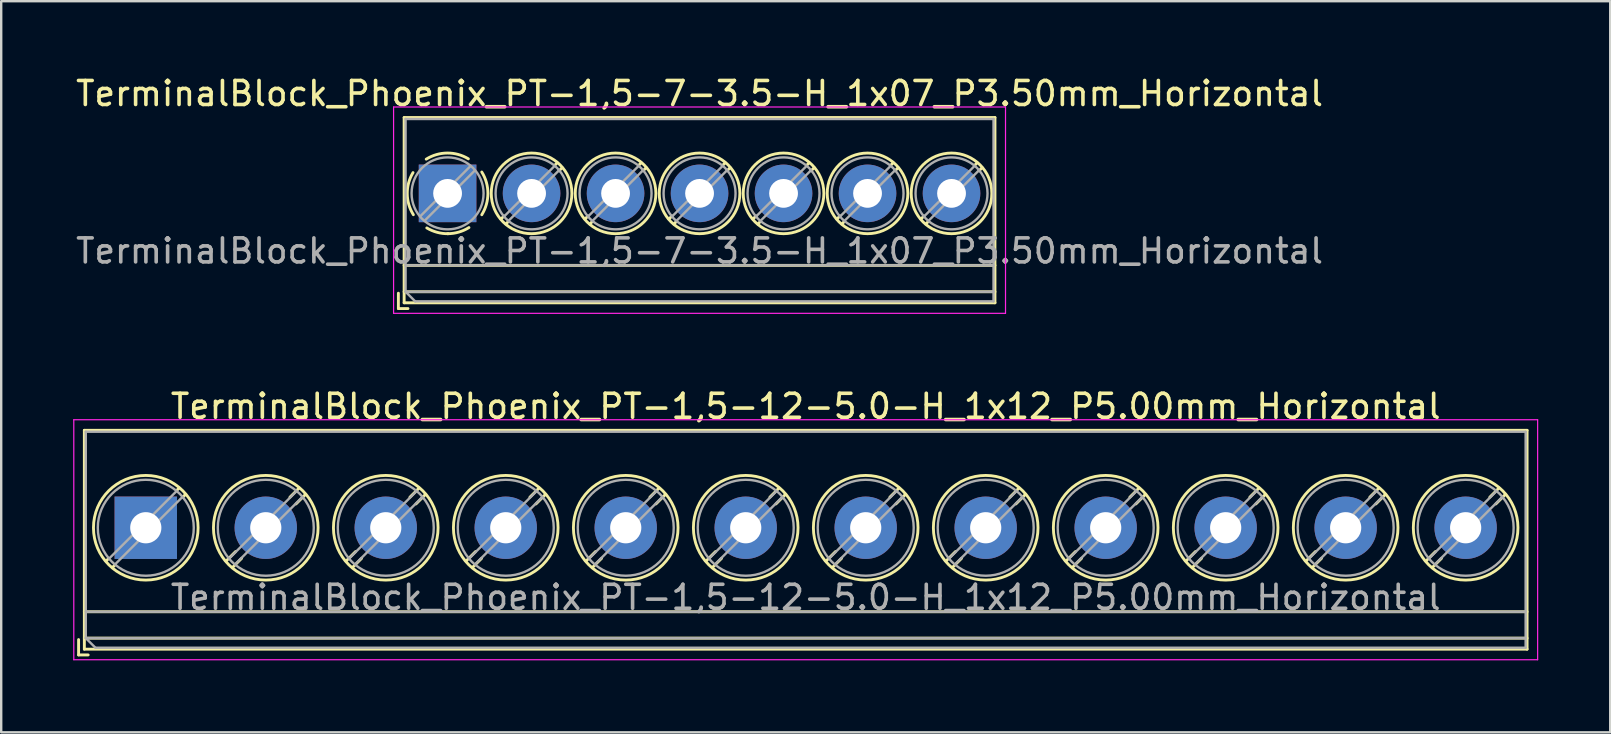
<source format=kicad_pcb>
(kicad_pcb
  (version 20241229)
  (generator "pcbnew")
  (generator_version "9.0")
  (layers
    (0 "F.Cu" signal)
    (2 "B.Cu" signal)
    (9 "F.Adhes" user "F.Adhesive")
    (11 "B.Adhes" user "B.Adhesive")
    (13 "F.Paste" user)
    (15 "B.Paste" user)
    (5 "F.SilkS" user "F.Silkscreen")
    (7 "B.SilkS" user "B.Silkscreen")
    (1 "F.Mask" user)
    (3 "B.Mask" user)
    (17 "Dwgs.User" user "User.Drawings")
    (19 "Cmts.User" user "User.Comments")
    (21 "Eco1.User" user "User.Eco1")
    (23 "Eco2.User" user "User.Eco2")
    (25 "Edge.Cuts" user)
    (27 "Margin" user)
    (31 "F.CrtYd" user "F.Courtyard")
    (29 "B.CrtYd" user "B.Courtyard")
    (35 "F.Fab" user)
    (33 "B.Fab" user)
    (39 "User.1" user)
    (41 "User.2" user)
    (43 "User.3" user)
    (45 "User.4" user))
  (footprint "TerminalBlock_Phoenix_PT-1,5-12-5.0-H_1x12_P5.00mm_Horizontal"
    (layer "F.Cu")
    (at 3.025 18.942)
    (property "Reference" "TerminalBlock_Phoenix_PT-1,5-12-5.0-H_1x12_P5.00mm_Horizontal" (at 27.5 -5.06 0) (layer "F.SilkS") (effects (font (size 1 1) (thickness 0.15))))
    (attr through_hole)
    (fp_line (start -2.8 4.66) (end -2.8 5.3) (stroke (width 0.12) (type solid)) (layer "F.SilkS"))
    (fp_line (start -2.8 5.3) (end -2.4 5.3) (stroke (width 0.12) (type solid)) (layer "F.SilkS"))
    (fp_line (start -2.56 -4.06) (end -2.56 5.06) (stroke (width 0.12) (type solid)) (layer "F.SilkS"))
    (fp_line (start -2.56 -4.06) (end 57.56 -4.06) (stroke (width 0.12) (type solid)) (layer "F.SilkS"))
    (fp_line (start -2.56 3.5) (end 57.56 3.5) (stroke (width 0.12) (type solid)) (layer "F.SilkS"))
    (fp_line (start -2.56 4.6) (end 57.56 4.6) (stroke (width 0.12) (type solid)) (layer "F.SilkS"))
    (fp_line (start -2.56 5.06) (end 57.56 5.06) (stroke (width 0.12) (type solid)) (layer "F.SilkS"))
    (fp_line (start -1.548 1.281) (end -1.654 1.388) (stroke (width 0.12) (type solid)) (layer "F.SilkS"))
    (fp_line (start -1.282 1.547) (end -1.388 1.654) (stroke (width 0.12) (type solid)) (layer "F.SilkS"))
    (fp_line (start 1.388 -1.654) (end 1.281 -1.547) (stroke (width 0.12) (type solid)) (layer "F.SilkS"))
    (fp_line (start 1.654 -1.388) (end 1.547 -1.281) (stroke (width 0.12) (type solid)) (layer "F.SilkS"))
    (fp_line (start 3.742 0.992) (end 3.347 1.388) (stroke (width 0.12) (type solid)) (layer "F.SilkS"))
    (fp_line (start 3.993 1.274) (end 3.613 1.654) (stroke (width 0.12) (type solid)) (layer "F.SilkS"))
    (fp_line (start 6.388 -1.654) (end 6.008 -1.274) (stroke (width 0.12) (type solid)) (layer "F.SilkS"))
    (fp_line (start 6.654 -1.388) (end 6.259 -0.992) (stroke (width 0.12) (type solid)) (layer "F.SilkS"))
    (fp_line (start 8.742 0.992) (end 8.347 1.388) (stroke (width 0.12) (type solid)) (layer "F.SilkS"))
    (fp_line (start 8.993 1.274) (end 8.613 1.654) (stroke (width 0.12) (type solid)) (layer "F.SilkS"))
    (fp_line (start 11.388 -1.654) (end 11.008 -1.274) (stroke (width 0.12) (type solid)) (layer "F.SilkS"))
    (fp_line (start 11.654 -1.388) (end 11.259 -0.992) (stroke (width 0.12) (type solid)) (layer "F.SilkS"))
    (fp_line (start 13.742 0.992) (end 13.347 1.388) (stroke (width 0.12) (type solid)) (layer "F.SilkS"))
    (fp_line (start 13.993 1.274) (end 13.613 1.654) (stroke (width 0.12) (type solid)) (layer "F.SilkS"))
    (fp_line (start 16.388 -1.654) (end 16.008 -1.274) (stroke (width 0.12) (type solid)) (layer "F.SilkS"))
    (fp_line (start 16.654 -1.388) (end 16.259 -0.992) (stroke (width 0.12) (type solid)) (layer "F.SilkS"))
    (fp_line (start 18.742 0.992) (end 18.347 1.388) (stroke (width 0.12) (type solid)) (layer "F.SilkS"))
    (fp_line (start 18.993 1.274) (end 18.613 1.654) (stroke (width 0.12) (type solid)) (layer "F.SilkS"))
    (fp_line (start 21.388 -1.654) (end 21.008 -1.274) (stroke (width 0.12) (type solid)) (layer "F.SilkS"))
    (fp_line (start 21.654 -1.388) (end 21.259 -0.992) (stroke (width 0.12) (type solid)) (layer "F.SilkS"))
    (fp_line (start 23.742 0.992) (end 23.347 1.388) (stroke (width 0.12) (type solid)) (layer "F.SilkS"))
    (fp_line (start 23.993 1.274) (end 23.613 1.654) (stroke (width 0.12) (type solid)) (layer "F.SilkS"))
    (fp_line (start 26.388 -1.654) (end 26.008 -1.274) (stroke (width 0.12) (type solid)) (layer "F.SilkS"))
    (fp_line (start 26.654 -1.388) (end 26.259 -0.992) (stroke (width 0.12) (type solid)) (layer "F.SilkS"))
    (fp_line (start 28.742 0.992) (end 28.347 1.388) (stroke (width 0.12) (type solid)) (layer "F.SilkS"))
    (fp_line (start 28.993 1.274) (end 28.613 1.654) (stroke (width 0.12) (type solid)) (layer "F.SilkS"))
    (fp_line (start 31.388 -1.654) (end 31.008 -1.274) (stroke (width 0.12) (type solid)) (layer "F.SilkS"))
    (fp_line (start 31.654 -1.388) (end 31.259 -0.992) (stroke (width 0.12) (type solid)) (layer "F.SilkS"))
    (fp_line (start 33.742 0.992) (end 33.347 1.388) (stroke (width 0.12) (type solid)) (layer "F.SilkS"))
    (fp_line (start 33.993 1.274) (end 33.613 1.654) (stroke (width 0.12) (type solid)) (layer "F.SilkS"))
    (fp_line (start 36.388 -1.654) (end 36.008 -1.274) (stroke (width 0.12) (type solid)) (layer "F.SilkS"))
    (fp_line (start 36.654 -1.388) (end 36.259 -0.992) (stroke (width 0.12) (type solid)) (layer "F.SilkS"))
    (fp_line (start 38.742 0.992) (end 38.347 1.388) (stroke (width 0.12) (type solid)) (layer "F.SilkS"))
    (fp_line (start 38.993 1.274) (end 38.613 1.654) (stroke (width 0.12) (type solid)) (layer "F.SilkS"))
    (fp_line (start 41.388 -1.654) (end 41.008 -1.274) (stroke (width 0.12) (type solid)) (layer "F.SilkS"))
    (fp_line (start 41.654 -1.388) (end 41.259 -0.992) (stroke (width 0.12) (type solid)) (layer "F.SilkS"))
    (fp_line (start 43.742 0.992) (end 43.347 1.388) (stroke (width 0.12) (type solid)) (layer "F.SilkS"))
    (fp_line (start 43.993 1.274) (end 43.613 1.654) (stroke (width 0.12) (type solid)) (layer "F.SilkS"))
    (fp_line (start 46.388 -1.654) (end 46.008 -1.274) (stroke (width 0.12) (type solid)) (layer "F.SilkS"))
    (fp_line (start 46.654 -1.388) (end 46.259 -0.992) (stroke (width 0.12) (type solid)) (layer "F.SilkS"))
    (fp_line (start 48.742 0.992) (end 48.347 1.388) (stroke (width 0.12) (type solid)) (layer "F.SilkS"))
    (fp_line (start 48.993 1.274) (end 48.613 1.654) (stroke (width 0.12) (type solid)) (layer "F.SilkS"))
    (fp_line (start 51.388 -1.654) (end 51.008 -1.274) (stroke (width 0.12) (type solid)) (layer "F.SilkS"))
    (fp_line (start 51.654 -1.388) (end 51.259 -0.992) (stroke (width 0.12) (type solid)) (layer "F.SilkS"))
    (fp_line (start 53.742 0.992) (end 53.347 1.388) (stroke (width 0.12) (type solid)) (layer "F.SilkS"))
    (fp_line (start 53.993 1.274) (end 53.613 1.654) (stroke (width 0.12) (type solid)) (layer "F.SilkS"))
    (fp_line (start 56.388 -1.654) (end 56.008 -1.274) (stroke (width 0.12) (type solid)) (layer "F.SilkS"))
    (fp_line (start 56.654 -1.388) (end 56.259 -0.992) (stroke (width 0.12) (type solid)) (layer "F.SilkS"))
    (fp_line (start 57.56 -4.06) (end 57.56 5.06) (stroke (width 0.12) (type solid)) (layer "F.SilkS"))
    (fp_circle (center 0 0) (end 2.18 0) (stroke (width 0.12) (type solid)) (fill no) (layer "F.SilkS"))
    (fp_circle (center 5 0) (end 7.18 0) (stroke (width 0.12) (type solid)) (fill no) (layer "F.SilkS"))
    (fp_circle (center 10 0) (end 12.18 0) (stroke (width 0.12) (type solid)) (fill no) (layer "F.SilkS"))
    (fp_circle (center 15 0) (end 17.18 0) (stroke (width 0.12) (type solid)) (fill no) (layer "F.SilkS"))
    (fp_circle (center 20 0) (end 22.18 0) (stroke (width 0.12) (type solid)) (fill no) (layer "F.SilkS"))
    (fp_circle (center 25 0) (end 27.18 0) (stroke (width 0.12) (type solid)) (fill no) (layer "F.SilkS"))
    (fp_circle (center 30 0) (end 32.18 0) (stroke (width 0.12) (type solid)) (fill no) (layer "F.SilkS"))
    (fp_circle (center 35 0) (end 37.18 0) (stroke (width 0.12) (type solid)) (fill no) (layer "F.SilkS"))
    (fp_circle (center 40 0) (end 42.18 0) (stroke (width 0.12) (type solid)) (fill no) (layer "F.SilkS"))
    (fp_circle (center 45 0) (end 47.18 0) (stroke (width 0.12) (type solid)) (fill no) (layer "F.SilkS"))
    (fp_circle (center 50 0) (end 52.18 0) (stroke (width 0.12) (type solid)) (fill no) (layer "F.SilkS"))
    (fp_circle (center 55 0) (end 57.18 0) (stroke (width 0.12) (type solid)) (fill no) (layer "F.SilkS"))
    (fp_line (start -3 -4.5) (end -3 5.5) (stroke (width 0.05) (type solid)) (layer "F.CrtYd"))
    (fp_line (start -3 5.5) (end 58 5.5) (stroke (width 0.05) (type solid)) (layer "F.CrtYd"))
    (fp_line (start 58 -4.5) (end -3 -4.5) (stroke (width 0.05) (type solid)) (layer "F.CrtYd"))
    (fp_line (start 58 5.5) (end 58 -4.5) (stroke (width 0.05) (type solid)) (layer "F.CrtYd"))
    (fp_line (start -2.5 -4) (end 57.5 -4) (stroke (width 0.1) (type solid)) (layer "F.Fab"))
    (fp_line (start -2.5 3.5) (end 57.5 3.5) (stroke (width 0.1) (type solid)) (layer "F.Fab"))
    (fp_line (start -2.5 4.6) (end -2.5 -4) (stroke (width 0.1) (type solid)) (layer "F.Fab"))
    (fp_line (start -2.5 4.6) (end 57.5 4.6) (stroke (width 0.1) (type solid)) (layer "F.Fab"))
    (fp_line (start -2.1 5) (end -2.5 4.6) (stroke (width 0.1) (type solid)) (layer "F.Fab"))
    (fp_line (start 1.273 -1.517) (end -1.517 1.273) (stroke (width 0.1) (type solid)) (layer "F.Fab"))
    (fp_line (start 1.517 -1.273) (end -1.273 1.517) (stroke (width 0.1) (type solid)) (layer "F.Fab"))
    (fp_line (start 6.273 -1.517) (end 3.484 1.273) (stroke (width 0.1) (type solid)) (layer "F.Fab"))
    (fp_line (start 6.517 -1.273) (end 3.728 1.517) (stroke (width 0.1) (type solid)) (layer "F.Fab"))
    (fp_line (start 11.273 -1.517) (end 8.484 1.273) (stroke (width 0.1) (type solid)) (layer "F.Fab"))
    (fp_line (start 11.517 -1.273) (end 8.728 1.517) (stroke (width 0.1) (type solid)) (layer "F.Fab"))
    (fp_line (start 16.273 -1.517) (end 13.484 1.273) (stroke (width 0.1) (type solid)) (layer "F.Fab"))
    (fp_line (start 16.517 -1.273) (end 13.728 1.517) (stroke (width 0.1) (type solid)) (layer "F.Fab"))
    (fp_line (start 21.273 -1.517) (end 18.484 1.273) (stroke (width 0.1) (type solid)) (layer "F.Fab"))
    (fp_line (start 21.517 -1.273) (end 18.728 1.517) (stroke (width 0.1) (type solid)) (layer "F.Fab"))
    (fp_line (start 26.273 -1.517) (end 23.484 1.273) (stroke (width 0.1) (type solid)) (layer "F.Fab"))
    (fp_line (start 26.517 -1.273) (end 23.728 1.517) (stroke (width 0.1) (type solid)) (layer "F.Fab"))
    (fp_line (start 31.273 -1.517) (end 28.484 1.273) (stroke (width 0.1) (type solid)) (layer "F.Fab"))
    (fp_line (start 31.517 -1.273) (end 28.728 1.517) (stroke (width 0.1) (type solid)) (layer "F.Fab"))
    (fp_line (start 36.273 -1.517) (end 33.484 1.273) (stroke (width 0.1) (type solid)) (layer "F.Fab"))
    (fp_line (start 36.517 -1.273) (end 33.728 1.517) (stroke (width 0.1) (type solid)) (layer "F.Fab"))
    (fp_line (start 41.273 -1.517) (end 38.484 1.273) (stroke (width 0.1) (type solid)) (layer "F.Fab"))
    (fp_line (start 41.517 -1.273) (end 38.728 1.517) (stroke (width 0.1) (type solid)) (layer "F.Fab"))
    (fp_line (start 46.273 -1.517) (end 43.484 1.273) (stroke (width 0.1) (type solid)) (layer "F.Fab"))
    (fp_line (start 46.517 -1.273) (end 43.728 1.517) (stroke (width 0.1) (type solid)) (layer "F.Fab"))
    (fp_line (start 51.273 -1.517) (end 48.484 1.273) (stroke (width 0.1) (type solid)) (layer "F.Fab"))
    (fp_line (start 51.517 -1.273) (end 48.728 1.517) (stroke (width 0.1) (type solid)) (layer "F.Fab"))
    (fp_line (start 56.273 -1.517) (end 53.484 1.273) (stroke (width 0.1) (type solid)) (layer "F.Fab"))
    (fp_line (start 56.517 -1.273) (end 53.728 1.517) (stroke (width 0.1) (type solid)) (layer "F.Fab"))
    (fp_line (start 57.5 -4) (end 57.5 5) (stroke (width 0.1) (type solid)) (layer "F.Fab"))
    (fp_line (start 57.5 5) (end -2.1 5) (stroke (width 0.1) (type solid)) (layer "F.Fab"))
    (fp_circle (center 0 0) (end 2 0) (stroke (width 0.1) (type solid)) (fill no) (layer "F.Fab"))
    (fp_circle (center 5 0) (end 7 0) (stroke (width 0.1) (type solid)) (fill no) (layer "F.Fab"))
    (fp_circle (center 10 0) (end 12 0) (stroke (width 0.1) (type solid)) (fill no) (layer "F.Fab"))
    (fp_circle (center 15 0) (end 17 0) (stroke (width 0.1) (type solid)) (fill no) (layer "F.Fab"))
    (fp_circle (center 20 0) (end 22 0) (stroke (width 0.1) (type solid)) (fill no) (layer "F.Fab"))
    (fp_circle (center 25 0) (end 27 0) (stroke (width 0.1) (type solid)) (fill no) (layer "F.Fab"))
    (fp_circle (center 30 0) (end 32 0) (stroke (width 0.1) (type solid)) (fill no) (layer "F.Fab"))
    (fp_circle (center 35 0) (end 37 0) (stroke (width 0.1) (type solid)) (fill no) (layer "F.Fab"))
    (fp_circle (center 40 0) (end 42 0) (stroke (width 0.1) (type solid)) (fill no) (layer "F.Fab"))
    (fp_circle (center 45 0) (end 47 0) (stroke (width 0.1) (type solid)) (fill no) (layer "F.Fab"))
    (fp_circle (center 50 0) (end 52 0) (stroke (width 0.1) (type solid)) (fill no) (layer "F.Fab"))
    (fp_circle (center 55 0) (end 57 0) (stroke (width 0.1) (type solid)) (fill no) (layer "F.Fab"))
    (fp_text user "${REFERENCE}" (at 27.5 2.9 0) (layer "F.Fab") (effects (font (size 1 1) (thickness 0.15))))
    (pad "1" thru_hole rect (at 0 0) (size 2.6 2.6) (drill 1.3) (layers "*.Cu" "*.Mask"))
    (pad "2" thru_hole circle (at 5 0) (size 2.6 2.6) (drill 1.3) (layers "*.Cu" "*.Mask"))
    (pad "3" thru_hole circle (at 10 0) (size 2.6 2.6) (drill 1.3) (layers "*.Cu" "*.Mask"))
    (pad "4" thru_hole circle (at 15 0) (size 2.6 2.6) (drill 1.3) (layers "*.Cu" "*.Mask"))
    (pad "5" thru_hole circle (at 20 0) (size 2.6 2.6) (drill 1.3) (layers "*.Cu" "*.Mask"))
    (pad "6" thru_hole circle (at 25 0) (size 2.6 2.6) (drill 1.3) (layers "*.Cu" "*.Mask"))
    (pad "7" thru_hole circle (at 30 0) (size 2.6 2.6) (drill 1.3) (layers "*.Cu" "*.Mask"))
    (pad "8" thru_hole circle (at 35 0) (size 2.6 2.6) (drill 1.3) (layers "*.Cu" "*.Mask"))
    (pad "9" thru_hole circle (at 40 0) (size 2.6 2.6) (drill 1.3) (layers "*.Cu" "*.Mask"))
    (pad "10" thru_hole circle (at 45 0) (size 2.6 2.6) (drill 1.3) (layers "*.Cu" "*.Mask"))
    (pad "11" thru_hole circle (at 50 0) (size 2.6 2.6) (drill 1.3) (layers "*.Cu" "*.Mask"))
    (pad "12" thru_hole circle (at 55 0) (size 2.6 2.6) (drill 1.3) (layers "*.Cu" "*.Mask")))
  (footprint "TerminalBlock_Phoenix_PT-1,5-7-3.5-H_1x07_P3.50mm_Horizontal"
    (layer "F.Cu")
    (at 15.601 5.008)
    (property "Reference" "TerminalBlock_Phoenix_PT-1,5-7-3.5-H_1x07_P3.50mm_Horizontal" (at 10.5 -4.16 0) (layer "F.SilkS") (effects (font (size 1 1) (thickness 0.15))))
    (attr through_hole)
    (fp_line (start -2.05 4.16) (end -2.05 4.8) (stroke (width 0.12) (type solid)) (layer "F.SilkS"))
    (fp_line (start -2.05 4.8) (end -1.65 4.8) (stroke (width 0.12) (type solid)) (layer "F.SilkS"))
    (fp_line (start -1.81 -3.16) (end -1.81 4.56) (stroke (width 0.12) (type solid)) (layer "F.SilkS"))
    (fp_line (start -1.81 -3.16) (end 22.81 -3.16) (stroke (width 0.12) (type solid)) (layer "F.SilkS"))
    (fp_line (start -1.81 3) (end 22.81 3) (stroke (width 0.12) (type solid)) (layer "F.SilkS"))
    (fp_line (start -1.81 4.1) (end 22.81 4.1) (stroke (width 0.12) (type solid)) (layer "F.SilkS"))
    (fp_line (start -1.81 4.56) (end 22.81 4.56) (stroke (width 0.12) (type solid)) (layer "F.SilkS"))
    (fp_line (start 2.355 0.941) (end 2.226 1.069) (stroke (width 0.12) (type solid)) (layer "F.SilkS"))
    (fp_line (start 2.525 1.181) (end 2.431 1.274) (stroke (width 0.12) (type solid)) (layer "F.SilkS"))
    (fp_line (start 4.57 -1.275) (end 4.476 -1.181) (stroke (width 0.12) (type solid)) (layer "F.SilkS"))
    (fp_line (start 4.775 -1.069) (end 4.646 -0.941) (stroke (width 0.12) (type solid)) (layer "F.SilkS"))
    (fp_line (start 5.855 0.941) (end 5.726 1.069) (stroke (width 0.12) (type solid)) (layer "F.SilkS"))
    (fp_line (start 6.025 1.181) (end 5.931 1.274) (stroke (width 0.12) (type solid)) (layer "F.SilkS"))
    (fp_line (start 8.07 -1.275) (end 7.976 -1.181) (stroke (width 0.12) (type solid)) (layer "F.SilkS"))
    (fp_line (start 8.275 -1.069) (end 8.146 -0.941) (stroke (width 0.12) (type solid)) (layer "F.SilkS"))
    (fp_line (start 9.355 0.941) (end 9.226 1.069) (stroke (width 0.12) (type solid)) (layer "F.SilkS"))
    (fp_line (start 9.525 1.181) (end 9.431 1.274) (stroke (width 0.12) (type solid)) (layer "F.SilkS"))
    (fp_line (start 11.57 -1.275) (end 11.476 -1.181) (stroke (width 0.12) (type solid)) (layer "F.SilkS"))
    (fp_line (start 11.775 -1.069) (end 11.646 -0.941) (stroke (width 0.12) (type solid)) (layer "F.SilkS"))
    (fp_line (start 12.855 0.941) (end 12.726 1.069) (stroke (width 0.12) (type solid)) (layer "F.SilkS"))
    (fp_line (start 13.025 1.181) (end 12.931 1.274) (stroke (width 0.12) (type solid)) (layer "F.SilkS"))
    (fp_line (start 15.07 -1.275) (end 14.976 -1.181) (stroke (width 0.12) (type solid)) (layer "F.SilkS"))
    (fp_line (start 15.275 -1.069) (end 15.146 -0.941) (stroke (width 0.12) (type solid)) (layer "F.SilkS"))
    (fp_line (start 16.355 0.941) (end 16.226 1.069) (stroke (width 0.12) (type solid)) (layer "F.SilkS"))
    (fp_line (start 16.525 1.181) (end 16.431 1.274) (stroke (width 0.12) (type solid)) (layer "F.SilkS"))
    (fp_line (start 18.57 -1.275) (end 18.476 -1.181) (stroke (width 0.12) (type solid)) (layer "F.SilkS"))
    (fp_line (start 18.775 -1.069) (end 18.646 -0.941) (stroke (width 0.12) (type solid)) (layer "F.SilkS"))
    (fp_line (start 19.855 0.941) (end 19.726 1.069) (stroke (width 0.12) (type solid)) (layer "F.SilkS"))
    (fp_line (start 20.025 1.181) (end 19.931 1.274) (stroke (width 0.12) (type solid)) (layer "F.SilkS"))
    (fp_line (start 22.07 -1.275) (end 21.976 -1.181) (stroke (width 0.12) (type solid)) (layer "F.SilkS"))
    (fp_line (start 22.275 -1.069) (end 22.146 -0.941) (stroke (width 0.12) (type solid)) (layer "F.SilkS"))
    (fp_line (start 22.81 -3.16) (end 22.81 4.56) (stroke (width 0.12) (type solid)) (layer "F.SilkS"))
    (fp_arc (start -1.425358 0.889894) (mid -1.680286 0.014012) (end -1.44 -0.866) (stroke (width 0.12) (type solid)) (layer "F.SilkS"))
    (fp_arc (start -0.889894 -1.425358) (mid -0.014012 -1.680286) (end 0.866 -1.44) (stroke (width 0.12) (type solid)) (layer "F.SilkS"))
    (fp_arc (start 0.028674 1.680099) (mid -0.435535 1.622918) (end -0.866 1.44) (stroke (width 0.12) (type solid)) (layer "F.SilkS"))
    (fp_arc (start 0.890264 1.424721) (mid 0.463071 1.61492) (end 0 1.68) (stroke (width 0.12) (type solid)) (layer "F.SilkS"))
    (fp_arc (start 1.425504 -0.890193) (mid 1.680626 0.000476) (end 1.425 0.891) (stroke (width 0.12) (type solid)) (layer "F.SilkS"))
    (fp_circle (center 3.5 0) (end 5.18 0) (stroke (width 0.12) (type solid)) (fill no) (layer "F.SilkS"))
    (fp_circle (center 7 0) (end 8.68 0) (stroke (width 0.12) (type solid)) (fill no) (layer "F.SilkS"))
    (fp_circle (center 10.5 0) (end 12.18 0) (stroke (width 0.12) (type solid)) (fill no) (layer "F.SilkS"))
    (fp_circle (center 14 0) (end 15.68 0) (stroke (width 0.12) (type solid)) (fill no) (layer "F.SilkS"))
    (fp_circle (center 17.5 0) (end 19.18 0) (stroke (width 0.12) (type solid)) (fill no) (layer "F.SilkS"))
    (fp_circle (center 21 0) (end 22.68 0) (stroke (width 0.12) (type solid)) (fill no) (layer "F.SilkS"))
    (fp_line (start -2.25 -3.6) (end -2.25 5) (stroke (width 0.05) (type solid)) (layer "F.CrtYd"))
    (fp_line (start -2.25 5) (end 23.25 5) (stroke (width 0.05) (type solid)) (layer "F.CrtYd"))
    (fp_line (start 23.25 -3.6) (end -2.25 -3.6) (stroke (width 0.05) (type solid)) (layer "F.CrtYd"))
    (fp_line (start 23.25 5) (end 23.25 -3.6) (stroke (width 0.05) (type solid)) (layer "F.CrtYd"))
    (fp_line (start -1.75 -3.1) (end 22.75 -3.1) (stroke (width 0.1) (type solid)) (layer "F.Fab"))
    (fp_line (start -1.75 3) (end 22.75 3) (stroke (width 0.1) (type solid)) (layer "F.Fab"))
    (fp_line (start -1.75 4.1) (end -1.75 -3.1) (stroke (width 0.1) (type solid)) (layer "F.Fab"))
    (fp_line (start -1.75 4.1) (end 22.75 4.1) (stroke (width 0.1) (type solid)) (layer "F.Fab"))
    (fp_line (start -1.35 4.5) (end -1.75 4.1) (stroke (width 0.1) (type solid)) (layer "F.Fab"))
    (fp_line (start 0.955 -1.138) (end -1.138 0.955) (stroke (width 0.1) (type solid)) (layer "F.Fab"))
    (fp_line (start 1.138 -0.955) (end -0.955 1.138) (stroke (width 0.1) (type solid)) (layer "F.Fab"))
    (fp_line (start 4.455 -1.138) (end 2.363 0.955) (stroke (width 0.1) (type solid)) (layer "F.Fab"))
    (fp_line (start 4.638 -0.955) (end 2.546 1.138) (stroke (width 0.1) (type solid)) (layer "F.Fab"))
    (fp_line (start 7.955 -1.138) (end 5.863 0.955) (stroke (width 0.1) (type solid)) (layer "F.Fab"))
    (fp_line (start 8.138 -0.955) (end 6.046 1.138) (stroke (width 0.1) (type solid)) (layer "F.Fab"))
    (fp_line (start 11.455 -1.138) (end 9.363 0.955) (stroke (width 0.1) (type solid)) (layer "F.Fab"))
    (fp_line (start 11.638 -0.955) (end 9.546 1.138) (stroke (width 0.1) (type solid)) (layer "F.Fab"))
    (fp_line (start 14.955 -1.138) (end 12.863 0.955) (stroke (width 0.1) (type solid)) (layer "F.Fab"))
    (fp_line (start 15.138 -0.955) (end 13.046 1.138) (stroke (width 0.1) (type solid)) (layer "F.Fab"))
    (fp_line (start 18.455 -1.138) (end 16.363 0.955) (stroke (width 0.1) (type solid)) (layer "F.Fab"))
    (fp_line (start 18.638 -0.955) (end 16.546 1.138) (stroke (width 0.1) (type solid)) (layer "F.Fab"))
    (fp_line (start 21.955 -1.138) (end 19.863 0.955) (stroke (width 0.1) (type solid)) (layer "F.Fab"))
    (fp_line (start 22.138 -0.955) (end 20.046 1.138) (stroke (width 0.1) (type solid)) (layer "F.Fab"))
    (fp_line (start 22.75 -3.1) (end 22.75 4.5) (stroke (width 0.1) (type solid)) (layer "F.Fab"))
    (fp_line (start 22.75 4.5) (end -1.35 4.5) (stroke (width 0.1) (type solid)) (layer "F.Fab"))
    (fp_circle (center 0 0) (end 1.5 0) (stroke (width 0.1) (type solid)) (fill no) (layer "F.Fab"))
    (fp_circle (center 3.5 0) (end 5 0) (stroke (width 0.1) (type solid)) (fill no) (layer "F.Fab"))
    (fp_circle (center 7 0) (end 8.5 0) (stroke (width 0.1) (type solid)) (fill no) (layer "F.Fab"))
    (fp_circle (center 10.5 0) (end 12 0) (stroke (width 0.1) (type solid)) (fill no) (layer "F.Fab"))
    (fp_circle (center 14 0) (end 15.5 0) (stroke (width 0.1) (type solid)) (fill no) (layer "F.Fab"))
    (fp_circle (center 17.5 0) (end 19 0) (stroke (width 0.1) (type solid)) (fill no) (layer "F.Fab"))
    (fp_circle (center 21 0) (end 22.5 0) (stroke (width 0.1) (type solid)) (fill no) (layer "F.Fab"))
    (fp_text user "${REFERENCE}" (at 10.5 2.4 0) (layer "F.Fab") (effects (font (size 1 1) (thickness 0.15))))
    (pad "1" thru_hole rect (at 0 0) (size 2.4 2.4) (drill 1.2) (layers "*.Cu" "*.Mask"))
    (pad "2" thru_hole circle (at 3.5 0) (size 2.4 2.4) (drill 1.2) (layers "*.Cu" "*.Mask"))
    (pad "3" thru_hole circle (at 7 0) (size 2.4 2.4) (drill 1.2) (layers "*.Cu" "*.Mask"))
    (pad "4" thru_hole circle (at 10.5 0) (size 2.4 2.4) (drill 1.2) (layers "*.Cu" "*.Mask"))
    (pad "5" thru_hole circle (at 14 0) (size 2.4 2.4) (drill 1.2) (layers "*.Cu" "*.Mask"))
    (pad "6" thru_hole circle (at 17.5 0) (size 2.4 2.4) (drill 1.2) (layers "*.Cu" "*.Mask"))
    (pad "7" thru_hole circle (at 21 0) (size 2.4 2.4) (drill 1.2) (layers "*.Cu" "*.Mask")))
  (gr_rect
    (start -3 -3)
    (end 64.05 27.466)
    (stroke (width 0.1) (type default))
    (fill no)
    (layer "Edge.Cuts")))
</source>
